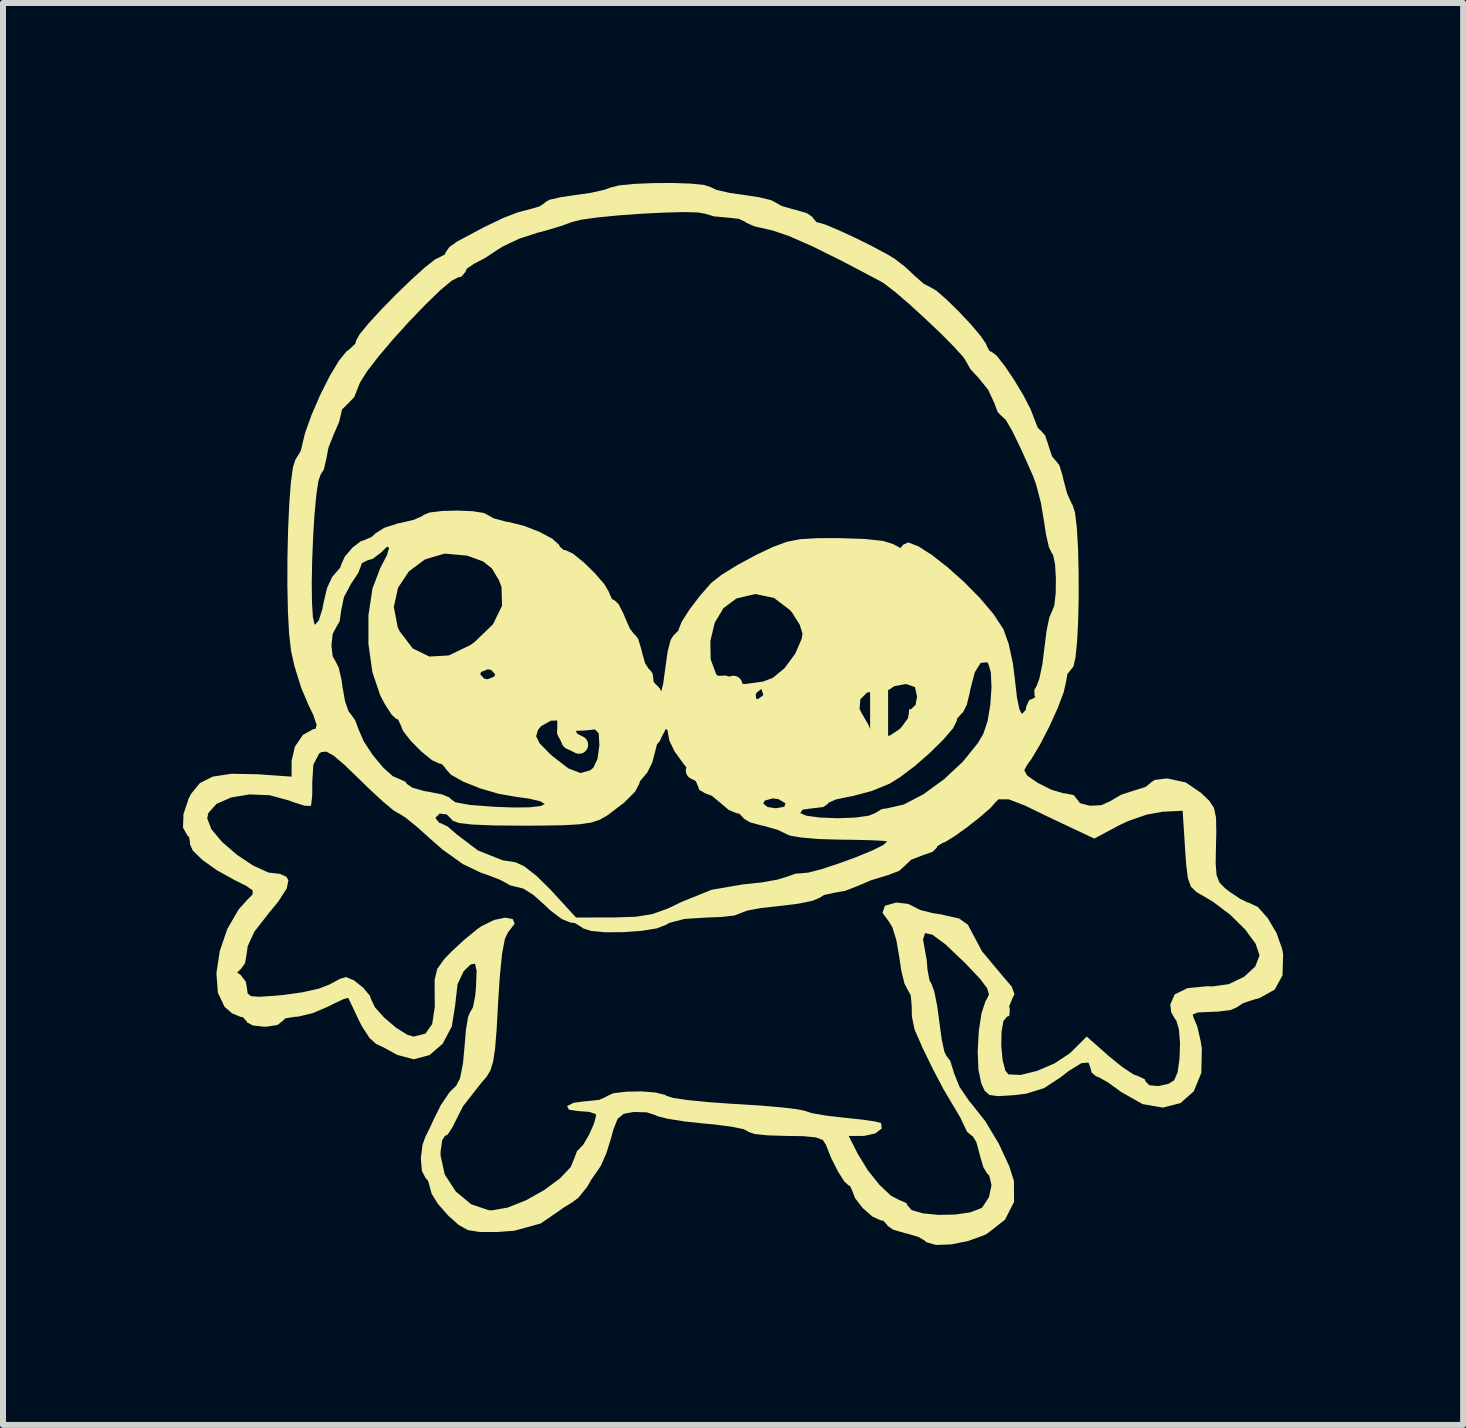
<source format=kicad_pcb>
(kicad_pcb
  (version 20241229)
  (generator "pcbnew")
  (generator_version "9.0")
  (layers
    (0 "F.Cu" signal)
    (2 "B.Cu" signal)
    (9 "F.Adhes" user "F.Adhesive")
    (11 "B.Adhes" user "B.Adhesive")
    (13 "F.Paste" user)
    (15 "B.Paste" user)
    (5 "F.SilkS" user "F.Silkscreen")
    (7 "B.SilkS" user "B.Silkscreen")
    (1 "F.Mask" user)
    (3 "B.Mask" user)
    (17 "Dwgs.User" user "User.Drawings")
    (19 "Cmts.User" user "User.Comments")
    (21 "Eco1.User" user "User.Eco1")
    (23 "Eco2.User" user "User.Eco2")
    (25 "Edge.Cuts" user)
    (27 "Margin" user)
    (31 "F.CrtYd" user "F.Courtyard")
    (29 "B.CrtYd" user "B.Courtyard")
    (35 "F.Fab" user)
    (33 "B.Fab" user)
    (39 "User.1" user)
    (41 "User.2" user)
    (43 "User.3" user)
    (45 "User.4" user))
  (footprint "logo1"
    (layer "F.Cu")
    (at 9.174 8.685)
    (property "Reference" "logo1" (at 0 0 0) (layer "F.SilkS") (effects (font (size 1.5 1.5) (thickness 0.3))))
    (attr board_only exclude_from_pos_files exclude_from_bom)
    (fp_poly (pts (xy -0.716 -8.675) (xy -0.489 -8.652) (xy -0.381 -8.618) (xy -0.379 -8.615) (xy -0.279 -8.569) (xy -0.065 -8.52) (xy 0.161 -8.488) (xy 0.431 -8.447) (xy 0.628 -8.399) (xy 0.7 -8.362) (xy 0.803 -8.302) (xy 1 -8.245) (xy 1.033 -8.238) (xy 1.225 -8.182) (xy 1.321 -8.116) (xy 1.324 -8.104) (xy 1.388 -8.03) (xy 1.419 -8.025) (xy 1.537 -7.99) (xy 1.755 -7.898) (xy 2.029 -7.772) (xy 2.311 -7.632) (xy 2.558 -7.5) (xy 2.684 -7.425) (xy 2.861 -7.288) (xy 3.024 -7.136) (xy 3.173 -7.005) (xy 3.28 -6.95) (xy 3.28 -6.95) (xy 3.381 -6.892) (xy 3.551 -6.745) (xy 3.755 -6.545) (xy 3.957 -6.33) (xy 4.121 -6.136) (xy 4.212 -6.002) (xy 4.22 -5.975) (xy 4.271 -5.881) (xy 4.3 -5.874) (xy 4.387 -5.808) (xy 4.522 -5.636) (xy 4.68 -5.402) (xy 4.833 -5.147) (xy 4.954 -4.913) (xy 5.013 -4.759) (xy 5.074 -4.603) (xy 5.132 -4.55) (xy 5.195 -4.479) (xy 5.253 -4.307) (xy 5.254 -4.302) (xy 5.311 -4.129) (xy 5.374 -4.054) (xy 5.375 -4.054) (xy 5.432 -3.982) (xy 5.488 -3.801) (xy 5.5 -3.744) (xy 5.563 -3.508) (xy 5.642 -3.334) (xy 5.654 -3.317) (xy 5.694 -3.191) (xy 5.724 -2.941) (xy 5.744 -2.603) (xy 5.754 -2.21) (xy 5.755 -1.797) (xy 5.747 -1.397) (xy 5.729 -1.046) (xy 5.702 -0.776) (xy 5.666 -0.622) (xy 5.647 -0.6) (xy 5.567 -0.5) (xy 5.543 -0.367) (xy 5.505 -0.196) (xy 5.405 0.068) (xy 5.266 0.374) (xy 5.112 0.674) (xy 4.966 0.918) (xy 4.902 1.004) (xy 4.848 1.102) (xy 4.895 1.19) (xy 5.065 1.309) (xy 5.073 1.314) (xy 5.301 1.428) (xy 5.502 1.487) (xy 5.532 1.489) (xy 5.673 1.518) (xy 5.709 1.563) (xy 5.778 1.652) (xy 5.941 1.695) (xy 6.132 1.686) (xy 6.282 1.618) (xy 6.464 1.511) (xy 6.686 1.439) (xy 6.867 1.383) (xy 6.949 1.318) (xy 6.95 1.313) (xy 7.023 1.265) (xy 7.201 1.242) (xy 7.238 1.241) (xy 7.541 1.307) (xy 7.794 1.48) (xy 7.931 1.611) (xy 8.01 1.731) (xy 8.044 1.89) (xy 8.049 2.137) (xy 8.044 2.333) (xy 8.038 2.651) (xy 8.053 2.849) (xy 8.101 2.974) (xy 8.196 3.071) (xy 8.27 3.128) (xy 8.449 3.248) (xy 8.574 3.308) (xy 8.586 3.309) (xy 8.74 3.381) (xy 8.905 3.566) (xy 9.052 3.815) (xy 9.147 4.083) (xy 9.163 4.174) (xy 9.152 4.522) (xy 9.022 4.76) (xy 8.764 4.903) (xy 8.68 4.924) (xy 8.493 4.986) (xy 8.394 5.053) (xy 8.289 5.099) (xy 8.081 5.126) (xy 7.969 5.13) (xy 7.741 5.14) (xy 7.654 5.176) (xy 7.673 5.233) (xy 7.731 5.372) (xy 7.786 5.608) (xy 7.808 5.744) (xy 7.799 6.148) (xy 7.673 6.455) (xy 7.452 6.651) (xy 7.16 6.726) (xy 6.821 6.668) (xy 6.458 6.463) (xy 6.438 6.447) (xy 6.238 6.303) (xy 6.085 6.217) (xy 6.045 6.205) (xy 5.967 6.138) (xy 5.957 6.081) (xy 5.919 5.975) (xy 5.799 5.986) (xy 5.586 6.118) (xy 5.456 6.219) (xy 5.179 6.401) (xy 4.882 6.494) (xy 4.676 6.519) (xy 4.414 6.535) (xy 4.268 6.516) (xy 4.187 6.444) (xy 4.131 6.319) (xy 4.084 6.092) (xy 4.072 5.784) (xy 4.09 5.453) (xy 4.135 5.155) (xy 4.203 4.949) (xy 4.224 4.918) (xy 4.26 4.838) (xy 4.229 4.736) (xy 4.114 4.583) (xy 3.896 4.352) (xy 3.843 4.298) (xy 3.533 4.004) (xy 3.317 3.844) (xy 3.194 3.817) (xy 3.161 3.923) (xy 3.18 4.033) (xy 3.222 4.264) (xy 3.235 4.423) (xy 3.268 4.602) (xy 3.305 4.671) (xy 3.349 4.793) (xy 3.396 5.028) (xy 3.435 5.316) (xy 3.473 5.595) (xy 3.517 5.795) (xy 3.556 5.874) (xy 3.557 5.874) (xy 3.614 5.946) (xy 3.669 6.121) (xy 3.673 6.141) (xy 3.767 6.377) (xy 3.93 6.618) (xy 3.966 6.658) (xy 4.2 6.955) (xy 4.424 7.329) (xy 4.6 7.708) (xy 4.676 7.948) (xy 4.678 8.298) (xy 4.527 8.595) (xy 4.229 8.827) (xy 4.185 8.85) (xy 3.912 8.95) (xy 3.625 9.007) (xy 3.375 9.015) (xy 3.214 8.969) (xy 3.191 8.945) (xy 3.086 8.882) (xy 2.888 8.824) (xy 2.855 8.817) (xy 2.664 8.761) (xy 2.568 8.695) (xy 2.565 8.684) (xy 2.499 8.611) (xy 2.455 8.605) (xy 2.318 8.543) (xy 2.155 8.4) (xy 2.026 8.233) (xy 1.986 8.123) (xy 1.943 8.031) (xy 1.922 8.025) (xy 1.848 7.957) (xy 1.741 7.787) (xy 1.629 7.565) (xy 1.541 7.343) (xy 1.541 7.343) (xy 1.491 7.267) (xy 1.376 7.223) (xy 1.162 7.202) (xy 0.871 7.198) (xy 0.574 7.189) (xy 0.354 7.166) (xy 0.251 7.132) (xy 0.248 7.125) (xy 0.172 7.086) (xy -0.032 7.044) (xy -0.327 7.006) (xy -0.476 6.993) (xy -0.814 6.957) (xy -1.092 6.913) (xy -1.267 6.869) (xy -1.298 6.853) (xy -1.444 6.805) (xy -1.659 6.799) (xy -1.665 6.799) (xy -1.831 6.831) (xy -1.93 6.914) (xy -2.001 7.094) (xy -2.035 7.221) (xy -2.116 7.483) (xy -2.206 7.69) (xy -2.243 7.747) (xy -2.372 7.932) (xy -2.437 8.047) (xy -2.582 8.227) (xy -2.689 8.307) (xy -2.837 8.397) (xy -2.896 8.441) (xy -3.213 8.658) (xy -3.65 8.778) (xy -3.937 8.8) (xy -4.233 8.799) (xy -4.426 8.767) (xy -4.579 8.682) (xy -4.753 8.526) (xy -4.925 8.331) (xy -5.031 8.159) (xy -5.047 8.097) (xy -5.089 7.945) (xy -5.13 7.901) (xy -5.192 7.781) (xy -5.21 7.573) (xy -5.182 7.348) (xy -5.136 7.218) (xy -5.043 7.029) (xy -5.008 6.95) (xy -4.877 6.686) (xy -4.729 6.467) (xy -4.623 6.364) (xy -4.557 6.242) (xy -4.506 5.983) (xy -4.482 5.714) (xy -4.457 5.427) (xy -4.423 5.219) (xy -4.387 5.13) (xy -4.384 5.13) (xy -4.341 5.055) (xy -4.304 4.865) (xy -4.29 4.716) (xy -4.28 4.447) (xy -4.306 4.327) (xy -4.381 4.341) (xy -4.496 4.454) (xy -4.598 4.67) (xy -4.636 5.006) (xy -4.636 5.012) (xy -4.694 5.375) (xy -4.846 5.662) (xy -5.065 5.851) (xy -5.326 5.921) (xy -5.603 5.848) (xy -5.626 5.835) (xy -5.822 5.727) (xy -5.957 5.664) (xy -6.065 5.565) (xy -6.192 5.37) (xy -6.243 5.27) (xy -6.342 5.059) (xy -6.408 4.922) (xy -6.42 4.897) (xy -6.495 4.917) (xy -6.665 4.996) (xy -6.754 5.042) (xy -7.009 5.151) (xy -7.25 5.209) (xy -7.3 5.212) (xy -7.466 5.238) (xy -7.529 5.295) (xy -7.602 5.35) (xy -7.781 5.377) (xy -7.819 5.378) (xy -8.01 5.357) (xy -8.106 5.306) (xy -8.108 5.295) (xy -8.174 5.22) (xy -8.219 5.212) (xy -8.354 5.156) (xy -8.481 5.047) (xy -8.593 4.81) (xy -8.617 4.486) (xy -8.561 4.117) (xy -8.435 3.748) (xy -8.248 3.425) (xy -8.104 3.264) (xy -8.014 3.173) (xy -8.012 3.106) (xy -8.12 3.03) (xy -8.319 2.931) (xy -8.607 2.771) (xy -8.848 2.6) (xy -9.01 2.443) (xy -9.062 2.327) (xy -9.056 2.31) (xy -9.073 2.215) (xy -9.1 2.193) (xy -9.174 2.059) (xy -9.168 1.905) (xy -8.77 1.905) (xy -8.701 2.086) (xy -8.522 2.299) (xy -8.275 2.512) (xy -8.003 2.693) (xy -7.748 2.809) (xy -7.559 2.83) (xy -7.452 2.877) (xy -7.417 2.936) (xy -7.444 3.072) (xy -7.584 3.29) (xy -7.738 3.478) (xy -7.982 3.79) (xy -8.096 4.036) (xy -8.108 4.133) (xy -8.14 4.321) (xy -8.212 4.419) (xy -8.272 4.474) (xy -8.212 4.516) (xy -8.127 4.629) (xy -8.108 4.735) (xy -8.097 4.822) (xy -8.042 4.868) (xy -7.907 4.879) (xy -7.657 4.863) (xy -7.511 4.85) (xy -7.186 4.805) (xy -6.906 4.742) (xy -6.729 4.673) (xy -6.728 4.672) (xy -6.559 4.581) (xy -6.457 4.55) (xy -6.326 4.604) (xy -6.171 4.727) (xy -6.059 4.861) (xy -6.04 4.917) (xy -5.977 5.051) (xy -5.821 5.225) (xy -5.624 5.394) (xy -5.434 5.513) (xy -5.33 5.543) (xy -5.134 5.494) (xy -5.02 5.333) (xy -4.977 5.043) (xy -4.979 4.87) (xy -4.98 4.596) (xy -4.936 4.415) (xy -4.82 4.251) (xy -4.709 4.136) (xy -4.486 3.929) (xy -4.267 3.75) (xy -4.199 3.702) (xy -3.986 3.598) (xy -3.801 3.56) (xy -3.677 3.584) (xy -3.646 3.661) (xy -3.741 3.786) (xy -3.752 3.796) (xy -3.808 3.911) (xy -3.856 4.162) (xy -3.895 4.56) (xy -3.922 4.984) (xy -3.947 5.434) (xy -3.973 5.75) (xy -4.006 5.964) (xy -4.051 6.109) (xy -4.117 6.217) (xy -4.193 6.303) (xy -4.507 6.704) (xy -4.683 7.053) (xy -4.761 7.175) (xy -4.808 7.198) (xy -4.854 7.271) (xy -4.88 7.455) (xy -4.881 7.526) (xy -4.811 7.841) (xy -4.626 8.126) (xy -4.368 8.339) (xy -4.075 8.437) (xy -4.027 8.439) (xy -3.764 8.393) (xy -3.46 8.273) (xy -3.157 8.103) (xy -2.894 7.909) (xy -2.711 7.717) (xy -2.648 7.562) (xy -2.605 7.447) (xy -2.586 7.432) (xy -2.501 7.343) (xy -2.404 7.175) (xy -2.323 6.992) (xy -2.289 6.859) (xy -2.297 6.832) (xy -2.406 6.797) (xy -2.583 6.784) (xy -2.741 6.761) (xy -2.772 6.702) (xy -2.661 6.645) (xy -2.462 6.619) (xy -2.441 6.619) (xy -2.236 6.597) (xy -2.114 6.542) (xy -2.11 6.536) (xy -2.001 6.487) (xy -1.789 6.461) (xy -1.533 6.456) (xy -1.295 6.475) (xy -1.135 6.516) (xy -1.113 6.531) (xy -1.005 6.565) (xy -0.765 6.6) (xy -0.427 6.634) (xy -0.025 6.663) (xy 0.041 6.666) (xy 0.451 6.692) (xy 0.802 6.722) (xy 1.06 6.753) (xy 1.193 6.78) (xy 1.2 6.784) (xy 1.319 6.821) (xy 1.553 6.861) (xy 1.851 6.895) (xy 1.853 6.895) (xy 2.142 6.926) (xy 2.36 6.957) (xy 2.46 6.983) (xy 2.461 6.984) (xy 2.472 7.075) (xy 2.364 7.157) (xy 2.182 7.197) (xy 2.155 7.198) (xy 1.921 7.198) (xy 2.076 7.502) (xy 2.24 7.77) (xy 2.435 8.014) (xy 2.625 8.194) (xy 2.776 8.273) (xy 2.787 8.274) (xy 2.887 8.32) (xy 2.896 8.35) (xy 2.97 8.434) (xy 3.159 8.489) (xy 3.417 8.514) (xy 3.697 8.509) (xy 3.95 8.472) (xy 4.13 8.402) (xy 4.151 8.385) (xy 4.26 8.218) (xy 4.302 8.019) (xy 4.265 7.859) (xy 4.229 7.824) (xy 4.166 7.719) (xy 4.108 7.522) (xy 4.101 7.489) (xy 4.048 7.297) (xy 3.987 7.201) (xy 3.977 7.198) (xy 3.896 7.131) (xy 3.858 7.053) (xy 3.779 6.886) (xy 3.654 6.676) (xy 3.644 6.66) (xy 3.5 6.416) (xy 3.327 6.087) (xy 3.158 5.741) (xy 3.029 5.446) (xy 3.018 5.419) (xy 2.975 5.206) (xy 2.972 5.034) (xy 2.956 4.853) (xy 2.905 4.763) (xy 2.851 4.659) (xy 2.798 4.441) (xy 2.765 4.218) (xy 2.717 3.938) (xy 2.65 3.72) (xy 2.596 3.632) (xy 2.485 3.479) (xy 2.526 3.361) (xy 2.707 3.31) (xy 2.725 3.309) (xy 2.914 3.331) (xy 3.013 3.381) (xy 3.115 3.433) (xy 3.324 3.485) (xy 3.464 3.507) (xy 3.763 3.574) (xy 3.91 3.679) (xy 3.922 3.704) (xy 4.144 4.121) (xy 4.474 4.516) (xy 4.64 4.711) (xy 4.685 4.837) (xy 4.656 4.892) (xy 4.597 5.037) (xy 4.607 5.098) (xy 4.598 5.198) (xy 4.559 5.212) (xy 4.5 5.285) (xy 4.469 5.465) (xy 4.465 5.699) (xy 4.487 5.932) (xy 4.532 6.108) (xy 4.583 6.172) (xy 4.787 6.182) (xy 5.063 6.114) (xy 5.353 5.989) (xy 5.598 5.828) (xy 5.646 5.784) (xy 5.889 5.542) (xy 6.265 5.874) (xy 6.484 6.051) (xy 6.666 6.171) (xy 6.755 6.205) (xy 6.857 6.254) (xy 6.867 6.288) (xy 6.933 6.354) (xy 7.086 6.367) (xy 7.254 6.329) (xy 7.347 6.271) (xy 7.404 6.137) (xy 7.436 5.909) (xy 7.444 5.649) (xy 7.425 5.416) (xy 7.38 5.27) (xy 7.364 5.254) (xy 7.298 5.139) (xy 7.281 5.01) (xy 7.355 4.84) (xy 7.568 4.735) (xy 7.902 4.703) (xy 7.984 4.706) (xy 8.256 4.669) (xy 8.511 4.547) (xy 8.698 4.375) (xy 8.77 4.188) (xy 8.704 3.995) (xy 8.53 3.757) (xy 8.281 3.512) (xy 7.994 3.295) (xy 7.863 3.217) (xy 7.716 3.132) (xy 7.626 3.043) (xy 7.576 2.906) (xy 7.547 2.68) (xy 7.529 2.42) (xy 7.488 1.779) (xy 7.157 1.794) (xy 6.888 1.843) (xy 6.574 1.952) (xy 6.421 2.025) (xy 6.016 2.242) (xy 5.552 2.024) (xy 5.259 1.885) (xy 4.991 1.756) (xy 4.854 1.689) (xy 4.59 1.588) (xy 4.419 1.588) (xy 4.371 1.634) (xy 4.287 1.73) (xy 4.115 1.88) (xy 3.902 2.048) (xy 3.693 2.198) (xy 3.535 2.297) (xy 3.482 2.317) (xy 3.396 2.371) (xy 3.392 2.393) (xy 3.321 2.462) (xy 3.151 2.522) (xy 2.964 2.594) (xy 2.867 2.686) (xy 2.763 2.78) (xy 2.571 2.853) (xy 2.565 2.854) (xy 2.297 2.936) (xy 2.084 3.027) (xy 1.864 3.113) (xy 1.692 3.143) (xy 1.51 3.183) (xy 1.436 3.23) (xy 1.315 3.28) (xy 1.078 3.328) (xy 0.776 3.365) (xy 0.755 3.367) (xy 0.458 3.4) (xy 0.231 3.442) (xy 0.119 3.484) (xy 0.117 3.487) (xy 0.017 3.524) (xy -0.198 3.549) (xy -0.444 3.558) (xy -0.814 3.581) (xy -1.068 3.647) (xy -1.122 3.679) (xy -1.277 3.739) (xy -1.529 3.78) (xy -1.829 3.802) (xy -2.126 3.804) (xy -2.37 3.782) (xy -2.511 3.736) (xy -2.523 3.723) (xy -2.641 3.651) (xy -2.719 3.64) (xy -2.859 3.584) (xy -3.049 3.441) (xy -3.144 3.351) (xy -3.335 3.18) (xy -3.501 3.076) (xy -3.557 3.061) (xy -3.723 3.022) (xy -3.769 2.993) (xy -3.891 2.928) (xy -4.107 2.845) (xy -4.209 2.811) (xy -4.509 2.667) (xy -4.852 2.422) (xy -5.036 2.26) (xy -5.268 2.052) (xy -5.452 1.903) (xy -4.964 1.903) (xy -4.901 1.983) (xy -4.877 1.986) (xy -4.764 2.04) (xy -4.611 2.172) (xy -4.609 2.174) (xy -4.258 2.44) (xy -3.847 2.604) (xy -3.631 2.637) (xy -3.49 2.702) (xy -3.284 2.862) (xy -3.054 3.087) (xy -3.04 3.103) (xy -2.623 3.558) (xy -1.994 3.557) (xy -1.628 3.545) (xy -1.352 3.501) (xy -1.089 3.407) (xy -0.869 3.3) (xy -0.365 3.096) (xy 0.159 3.006) (xy 0.165 3.006) (xy 0.474 2.973) (xy 0.735 2.926) (xy 0.873 2.884) (xy 1.04 2.826) (xy 1.122 2.821) (xy 1.251 2.809) (xy 1.478 2.749) (xy 1.758 2.657) (xy 2.05 2.55) (xy 2.31 2.443) (xy 2.496 2.351) (xy 2.565 2.291) (xy 2.488 2.279) (xy 2.282 2.269) (xy 1.982 2.262) (xy 1.78 2.26) (xy 1.428 2.25) (xy 1.133 2.225) (xy 0.938 2.191) (xy 0.891 2.17) (xy 0.743 2.098) (xy 0.517 2.033) (xy 0.476 2.025) (xy 0.277 1.971) (xy 0.171 1.908) (xy 0.165 1.894) (xy 0.099 1.827) (xy 0.054 1.82) (xy 0.047 1.817) (xy 1.115 1.817) (xy 1.117 1.82) (xy 1.22 1.862) (xy 1.44 1.891) (xy 1.732 1.903) (xy 1.737 1.903) (xy 2.03 1.892) (xy 2.252 1.862) (xy 2.357 1.821) (xy 2.358 1.82) (xy 2.475 1.75) (xy 2.567 1.737) (xy 2.841 1.674) (xy 3.168 1.503) (xy 3.509 1.255) (xy 3.824 0.961) (xy 4.075 0.65) (xy 4.166 0.496) (xy 4.237 0.283) (xy 4.283 0.006) (xy 4.302 -0.281) (xy 4.291 -0.527) (xy 4.247 -0.679) (xy 4.229 -0.697) (xy 4.121 -0.686) (xy 4.024 -0.53) (xy 3.95 -0.249) (xy 3.943 -0.207) (xy 3.892 0.007) (xy 3.827 0.138) (xy 3.808 0.151) (xy 3.727 0.246) (xy 3.723 0.279) (xy 3.662 0.402) (xy 3.502 0.59) (xy 3.278 0.811) (xy 3.025 1.032) (xy 2.777 1.22) (xy 2.604 1.327) (xy 2.302 1.45) (xy 1.978 1.536) (xy 1.924 1.545) (xy 1.709 1.59) (xy 1.585 1.645) (xy 1.572 1.666) (xy 1.5 1.716) (xy 1.326 1.737) (xy 1.319 1.737) (xy 1.153 1.76) (xy 1.115 1.817) (xy 0.047 1.817) (xy -0.081 1.763) (xy -0.207 1.655) (xy 0.496 1.655) (xy 0.567 1.716) (xy 0.708 1.737) (xy 0.849 1.711) (xy 0.869 1.655) (xy 0.752 1.585) (xy 0.657 1.572) (xy 0.525 1.608) (xy 0.496 1.655) (xy -0.207 1.655) (xy -0.358 1.53) (xy -0.468 1.489) (xy -0.571 1.428) (xy -0.583 1.386) (xy -0.635 1.264) (xy -0.763 1.079) (xy -0.831 0.996) (xy -0.98 0.79) (xy -1.067 0.611) (xy -1.076 0.562) (xy -1.101 0.425) (xy -1.162 0.422) (xy -1.234 0.531) (xy -1.29 0.732) (xy -1.292 0.743) (xy -1.353 0.977) (xy -1.437 1.145) (xy -1.458 1.167) (xy -1.556 1.284) (xy -1.572 1.334) (xy -1.639 1.462) (xy -1.819 1.641) (xy -2.081 1.841) (xy -2.111 1.862) (xy -2.229 1.929) (xy -2.369 1.975) (xy -2.562 2.004) (xy -2.84 2.02) (xy -3.235 2.026) (xy -3.509 2.027) (xy -4.007 2.023) (xy -4.356 2.008) (xy -4.575 1.982) (xy -4.681 1.943) (xy -4.695 1.924) (xy -4.779 1.839) (xy -4.896 1.826) (xy -4.963 1.891) (xy -4.964 1.903) (xy -5.452 1.903) (xy -5.458 1.897) (xy -5.572 1.824) (xy -5.583 1.822) (xy -5.673 1.766) (xy -5.849 1.618) (xy -6.08 1.404) (xy -6.219 1.268) (xy -6.485 1.011) (xy -6.665 0.858) (xy -6.784 0.793) (xy -6.868 0.8) (xy -6.904 0.824) (xy -7.001 1.009) (xy -7.019 1.293) (xy -7.02 1.523) (xy -7.037 1.673) (xy -7.048 1.698) (xy -7.143 1.695) (xy -7.33 1.637) (xy -7.411 1.606) (xy -7.731 1.519) (xy -8.064 1.506) (xy -8.372 1.557) (xy -8.614 1.663) (xy -8.752 1.817) (xy -8.77 1.905) (xy -9.168 1.905) (xy -9.166 1.835) (xy -9.079 1.574) (xy -9.039 1.496) (xy -8.892 1.317) (xy -8.677 1.209) (xy -8.365 1.162) (xy -7.927 1.17) (xy -7.857 1.175) (xy -7.364 1.21) (xy -7.364 0.949) (xy -7.309 0.71) (xy -7.174 0.513) (xy -6.999 0.416) (xy -6.966 0.414) (xy -6.946 0.349) (xy -7.004 0.176) (xy -7.076 0.03) (xy -7.203 -0.269) (xy -7.317 -0.636) (xy -7.374 -0.893) (xy -7.383 -0.977) (xy -6.7 -0.977) (xy -6.679 -0.795) (xy -6.63 -0.71) (xy -6.579 -0.608) (xy -6.531 -0.4) (xy -6.515 -0.281) (xy -6.472 -0.042) (xy -6.414 0.122) (xy -6.386 0.156) (xy -6.304 0.27) (xy -6.247 0.424) (xy -6.161 0.622) (xy -6.012 0.849) (xy -5.838 1.058) (xy -5.676 1.203) (xy -5.586 1.241) (xy -5.464 1.296) (xy -5.445 1.329) (xy -5.352 1.393) (xy -5.154 1.45) (xy -5.066 1.464) (xy -4.852 1.507) (xy -4.728 1.559) (xy -4.716 1.578) (xy -4.634 1.637) (xy -4.387 1.682) (xy -3.975 1.713) (xy -3.661 1.724) (xy -3.393 1.721) (xy -3.206 1.698) (xy -3.144 1.666) (xy -3.219 1.62) (xy -3.413 1.575) (xy -3.62 1.547) (xy -3.915 1.495) (xy -4.222 1.405) (xy -4.5 1.294) (xy -4.706 1.179) (xy -4.797 1.078) (xy -4.799 1.067) (xy -4.864 0.997) (xy -4.898 0.993) (xy -5.024 0.935) (xy -5.2 0.792) (xy -5.377 0.614) (xy -5.438 0.536) (xy -3.288 0.536) (xy -3.23 0.655) (xy -3.062 0.826) (xy -3.018 0.866) (xy -2.75 1.073) (xy -2.548 1.15) (xy -2.386 1.104) (xy -2.333 1.059) (xy -2.265 0.913) (xy -2.234 0.692) (xy -2.234 0.676) (xy -2.245 0.488) (xy -2.307 0.423) (xy -2.463 0.439) (xy -2.475 0.441) (xy -2.674 0.448) (xy -2.764 0.363) (xy -2.871 0.272) (xy -3.04 0.277) (xy -3.204 0.367) (xy -3.257 0.431) (xy -3.288 0.536) (xy -5.438 0.536) (xy -5.507 0.447) (xy -5.543 0.356) (xy -5.589 0.257) (xy -5.619 0.248) (xy -5.694 0.18) (xy -5.757 0.084) (xy 2.103 0.084) (xy 2.138 0.152) (xy 2.249 0.342) (xy 2.287 0.434) (xy 2.395 0.559) (xy 2.565 0.554) (xy 2.766 0.421) (xy 2.799 0.387) (xy 2.908 0.24) (xy 2.927 0.142) (xy 2.924 0.139) (xy 2.931 0.087) (xy 2.965 0.083) (xy 3.037 0.012) (xy 3.061 -0.124) (xy 3.027 -0.282) (xy 2.893 -0.33) (xy 2.859 -0.331) (xy 2.683 -0.299) (xy 2.604 -0.245) (xy 2.492 -0.194) (xy 2.404 -0.205) (xy 2.231 -0.194) (xy 2.116 -0.079) (xy 2.103 0.084) (xy -5.757 0.084) (xy -5.807 0.005) (xy -5.887 -0.145) (xy -6.005 -0.496) (xy -4.22 -0.496) (xy -4.153 -0.423) (xy -4.095 -0.414) (xy -3.985 -0.458) (xy -3.971 -0.496) (xy -4.038 -0.57) (xy -4.095 -0.579) (xy -4.206 -0.534) (xy -4.22 -0.496) (xy -6.005 -0.496) (xy -6.018 -0.536) (xy -6.083 -1) (xy -6.083 -1.482) (xy -6.062 -1.618) (xy -5.66 -1.618) (xy -5.595 -1.28) (xy -5.564 -1.215) (xy -5.346 -0.928) (xy -5.068 -0.792) (xy -4.744 -0.81) (xy -4.385 -0.983) (xy -4.312 -1.035) (xy -4.006 -1.331) (xy -3.856 -1.64) (xy -3.865 -1.953) (xy -3.91 -2.068) (xy -4.025 -2.26) (xy -4.169 -2.376) (xy -4.406 -2.463) (xy -4.447 -2.475) (xy -4.813 -2.508) (xy -5.141 -2.411) (xy -5.409 -2.211) (xy -5.59 -1.938) (xy -5.66 -1.618) (xy -6.062 -1.618) (xy -6.016 -1.924) (xy -5.887 -2.264) (xy -5.776 -2.478) (xy -5.738 -2.605) (xy -5.773 -2.623) (xy -5.873 -2.525) (xy -6.014 -2.419) (xy -6.091 -2.399) (xy -6.195 -2.347) (xy -6.205 -2.309) (xy -6.253 -2.186) (xy -6.367 -2.013) (xy -6.371 -2.008) (xy -6.491 -1.783) (xy -6.536 -1.566) (xy -6.563 -1.379) (xy -6.619 -1.282) (xy -6.679 -1.168) (xy -6.7 -0.977) (xy -7.383 -0.977) (xy -7.405 -1.169) (xy -7.425 -1.541) (xy -7.434 -1.976) (xy -7.434 -2.016) (xy -7.028 -2.016) (xy -7.024 -1.691) (xy -7.009 -1.451) (xy -6.982 -1.331) (xy -6.971 -1.324) (xy -6.909 -1.397) (xy -6.851 -1.583) (xy -6.831 -1.689) (xy -6.772 -1.936) (xy -6.688 -2.118) (xy -6.656 -2.155) (xy -6.554 -2.273) (xy -6.536 -2.326) (xy -6.479 -2.455) (xy -6.35 -2.607) (xy -6.21 -2.714) (xy -6.156 -2.73) (xy -6.026 -2.788) (xy -5.962 -2.848) (xy -5.821 -2.937) (xy -5.595 -3.01) (xy -5.539 -3.021) (xy -5.321 -3.073) (xy -5.182 -3.135) (xy -5.167 -3.151) (xy -5.063 -3.193) (xy -4.852 -3.218) (xy -4.593 -3.225) (xy -4.343 -3.214) (xy -4.159 -3.185) (xy -4.102 -3.155) (xy -3.999 -3.097) (xy -3.797 -3.042) (xy -3.732 -3.031) (xy -3.48 -2.967) (xy -3.226 -2.867) (xy -3.017 -2.755) (xy -2.904 -2.653) (xy -2.896 -2.627) (xy -2.83 -2.569) (xy -2.796 -2.565) (xy -2.674 -2.507) (xy -2.496 -2.364) (xy -2.307 -2.179) (xy -2.15 -1.997) (xy -2.071 -1.862) (xy -2.068 -1.845) (xy -2.021 -1.746) (xy -1.991 -1.737) (xy -1.915 -1.668) (xy -1.827 -1.495) (xy -1.809 -1.448) (xy -1.726 -1.26) (xy -1.653 -1.162) (xy -1.642 -1.158) (xy -1.587 -1.086) (xy -1.533 -0.908) (xy -1.525 -0.869) (xy -1.471 -0.678) (xy -1.408 -0.582) (xy -1.397 -0.579) (xy -1.346 -0.507) (xy -1.324 -0.334) (xy -1.324 -0.331) (xy -1.308 -0.132) (xy -1.27 -0.078) (xy -1.22 -0.152) (xy -1.216 -0.165) (xy 0.372 -0.165) (xy 0.379 -0.089) (xy 0.409 -0.083) (xy 0.493 -0.143) (xy 0.496 -0.165) (xy 0.468 -0.246) (xy 0.46 -0.248) (xy 0.389 -0.19) (xy 0.372 -0.165) (xy -1.216 -0.165) (xy -1.17 -0.339) (xy -1.135 -0.598) (xy -1.097 -0.871) (xy -1.051 -1.051) (xy -0.384 -1.051) (xy -0.379 -0.745) (xy -0.289 -0.503) (xy -0.268 -0.476) (xy -0.078 -0.369) (xy 0.196 -0.334) (xy 0.492 -0.374) (xy 0.656 -0.436) (xy 0.853 -0.598) (xy 1.031 -0.84) (xy 1.139 -1.09) (xy 1.152 -1.173) (xy 1.106 -1.322) (xy 0.983 -1.518) (xy 0.944 -1.566) (xy 0.677 -1.769) (xy 0.364 -1.834) (xy 0.051 -1.76) (xy -0.165 -1.6) (xy -0.311 -1.357) (xy -0.384 -1.051) (xy -1.051 -1.051) (xy -1.046 -1.069) (xy -0.999 -1.142) (xy -0.914 -1.228) (xy -0.91 -1.251) (xy -0.86 -1.375) (xy -0.732 -1.575) (xy -0.558 -1.804) (xy -0.372 -2.016) (xy -0.363 -2.024) (xy -0.204 -2.149) (xy 0.053 -2.309) (xy 0.354 -2.473) (xy 0.381 -2.487) (xy 0.662 -2.62) (xy 0.887 -2.703) (xy 1.113 -2.748) (xy 1.398 -2.765) (xy 1.751 -2.766) (xy 2.187 -2.752) (xy 2.499 -2.718) (xy 2.667 -2.665) (xy 2.674 -2.66) (xy 2.784 -2.601) (xy 2.829 -2.655) (xy 2.913 -2.694) (xy 3.081 -2.63) (xy 3.31 -2.484) (xy 3.574 -2.277) (xy 3.849 -2.031) (xy 4.111 -1.765) (xy 4.334 -1.501) (xy 4.493 -1.26) (xy 4.503 -1.241) (xy 4.588 -1.003) (xy 4.659 -0.677) (xy 4.694 -0.393) (xy 4.726 -0.113) (xy 4.767 0.087) (xy 4.809 0.165) (xy 4.81 0.165) (xy 4.873 0.098) (xy 4.881 0.041) (xy 4.933 -0.069) (xy 4.978 -0.083) (xy 5.034 -0.116) (xy 5.02 -0.137) (xy 5.016 -0.237) (xy 5.05 -0.293) (xy 5.1 -0.424) (xy 5.15 -0.665) (xy 5.185 -0.945) (xy 5.221 -1.23) (xy 5.266 -1.444) (xy 5.307 -1.538) (xy 5.349 -1.642) (xy 5.372 -1.849) (xy 5.375 -2.1) (xy 5.361 -2.333) (xy 5.327 -2.489) (xy 5.307 -2.516) (xy 5.259 -2.616) (xy 5.21 -2.829) (xy 5.18 -3.03) (xy 5.125 -3.356) (xy 5.044 -3.665) (xy 4.996 -3.798) (xy 4.794 -4.25) (xy 4.644 -4.56) (xy 4.539 -4.738) (xy 4.473 -4.799) (xy 4.471 -4.799) (xy 4.404 -4.869) (xy 4.347 -5.022) (xy 4.245 -5.24) (xy 4.09 -5.432) (xy 3.952 -5.581) (xy 3.889 -5.69) (xy 3.889 -5.694) (xy 3.831 -5.785) (xy 3.677 -5.955) (xy 3.457 -6.177) (xy 3.201 -6.42) (xy 2.94 -6.659) (xy 2.702 -6.864) (xy 2.518 -7.006) (xy 2.457 -7.044) (xy 1.82 -7.38) (xy 1.313 -7.631) (xy 0.926 -7.801) (xy 0.649 -7.895) (xy 0.566 -7.913) (xy 0.35 -7.963) (xy 0.214 -8.022) (xy 0.2 -8.036) (xy 0.094 -8.087) (xy -0.1 -8.109) (xy -0.108 -8.109) (xy -0.325 -8.129) (xy -0.471 -8.173) (xy -0.593 -8.194) (xy -0.841 -8.2) (xy -1.172 -8.191) (xy -1.548 -8.172) (xy -1.927 -8.144) (xy -2.271 -8.11) (xy -2.539 -8.073) (xy -2.689 -8.035) (xy -2.866 -7.97) (xy -3.127 -7.892) (xy -3.268 -7.855) (xy -3.568 -7.757) (xy -3.842 -7.628) (xy -3.93 -7.573) (xy -4.136 -7.437) (xy -4.309 -7.345) (xy -4.323 -7.339) (xy -4.445 -7.255) (xy -4.468 -7.201) (xy -4.534 -7.123) (xy -4.582 -7.115) (xy -4.697 -7.055) (xy -4.89 -6.894) (xy -5.133 -6.658) (xy -5.403 -6.377) (xy -5.673 -6.079) (xy -5.917 -5.791) (xy -6.109 -5.542) (xy -6.224 -5.358) (xy -6.244 -5.307) (xy -6.319 -5.117) (xy -6.417 -5.015) (xy -6.524 -4.909) (xy -6.536 -4.852) (xy -6.573 -4.699) (xy -6.66 -4.498) (xy -6.749 -4.276) (xy -6.784 -4.091) (xy -6.828 -3.905) (xy -6.879 -3.827) (xy -6.918 -3.715) (xy -6.952 -3.48) (xy -6.982 -3.159) (xy -7.005 -2.785) (xy -7.021 -2.392) (xy -7.028 -2.016) (xy -7.434 -2.016) (xy -7.433 -2.441) (xy -7.422 -2.904) (xy -7.403 -3.331) (xy -7.376 -3.69) (xy -7.341 -3.948) (xy -7.301 -4.071) (xy -7.216 -4.211) (xy -7.201 -4.261) (xy -7.142 -4.51) (xy -7.03 -4.822) (xy -6.885 -5.156) (xy -6.726 -5.471) (xy -6.573 -5.726) (xy -6.446 -5.881) (xy -6.408 -5.906) (xy -6.301 -6.007) (xy -6.288 -6.06) (xy -6.231 -6.162) (xy -6.081 -6.345) (xy -5.867 -6.578) (xy -5.619 -6.831) (xy -5.368 -7.073) (xy -5.143 -7.277) (xy -4.974 -7.41) (xy -4.9 -7.446) (xy -4.805 -7.496) (xy -4.799 -7.524) (xy -4.734 -7.618) (xy -4.602 -7.711) (xy -4.165 -7.944) (xy -3.836 -8.102) (xy -3.584 -8.199) (xy -3.421 -8.24) (xy -3.235 -8.293) (xy -3.145 -8.352) (xy -3.144 -8.36) (xy -3.069 -8.404) (xy -2.875 -8.449) (xy -2.668 -8.479) (xy -2.381 -8.52) (xy -2.146 -8.573) (xy -2.049 -8.609) (xy -1.905 -8.645) (xy -1.654 -8.67) (xy -1.343 -8.683) (xy -1.015 -8.685)) (stroke (width 0) (type solid)) (fill yes) (layer "F.SilkS")))
  (gr_rect
    (start -3 -3)
    (end 21.337 20.7)
    (stroke (width 0.1) (type default))
    (fill no)
    (layer "Edge.Cuts")))
</source>
